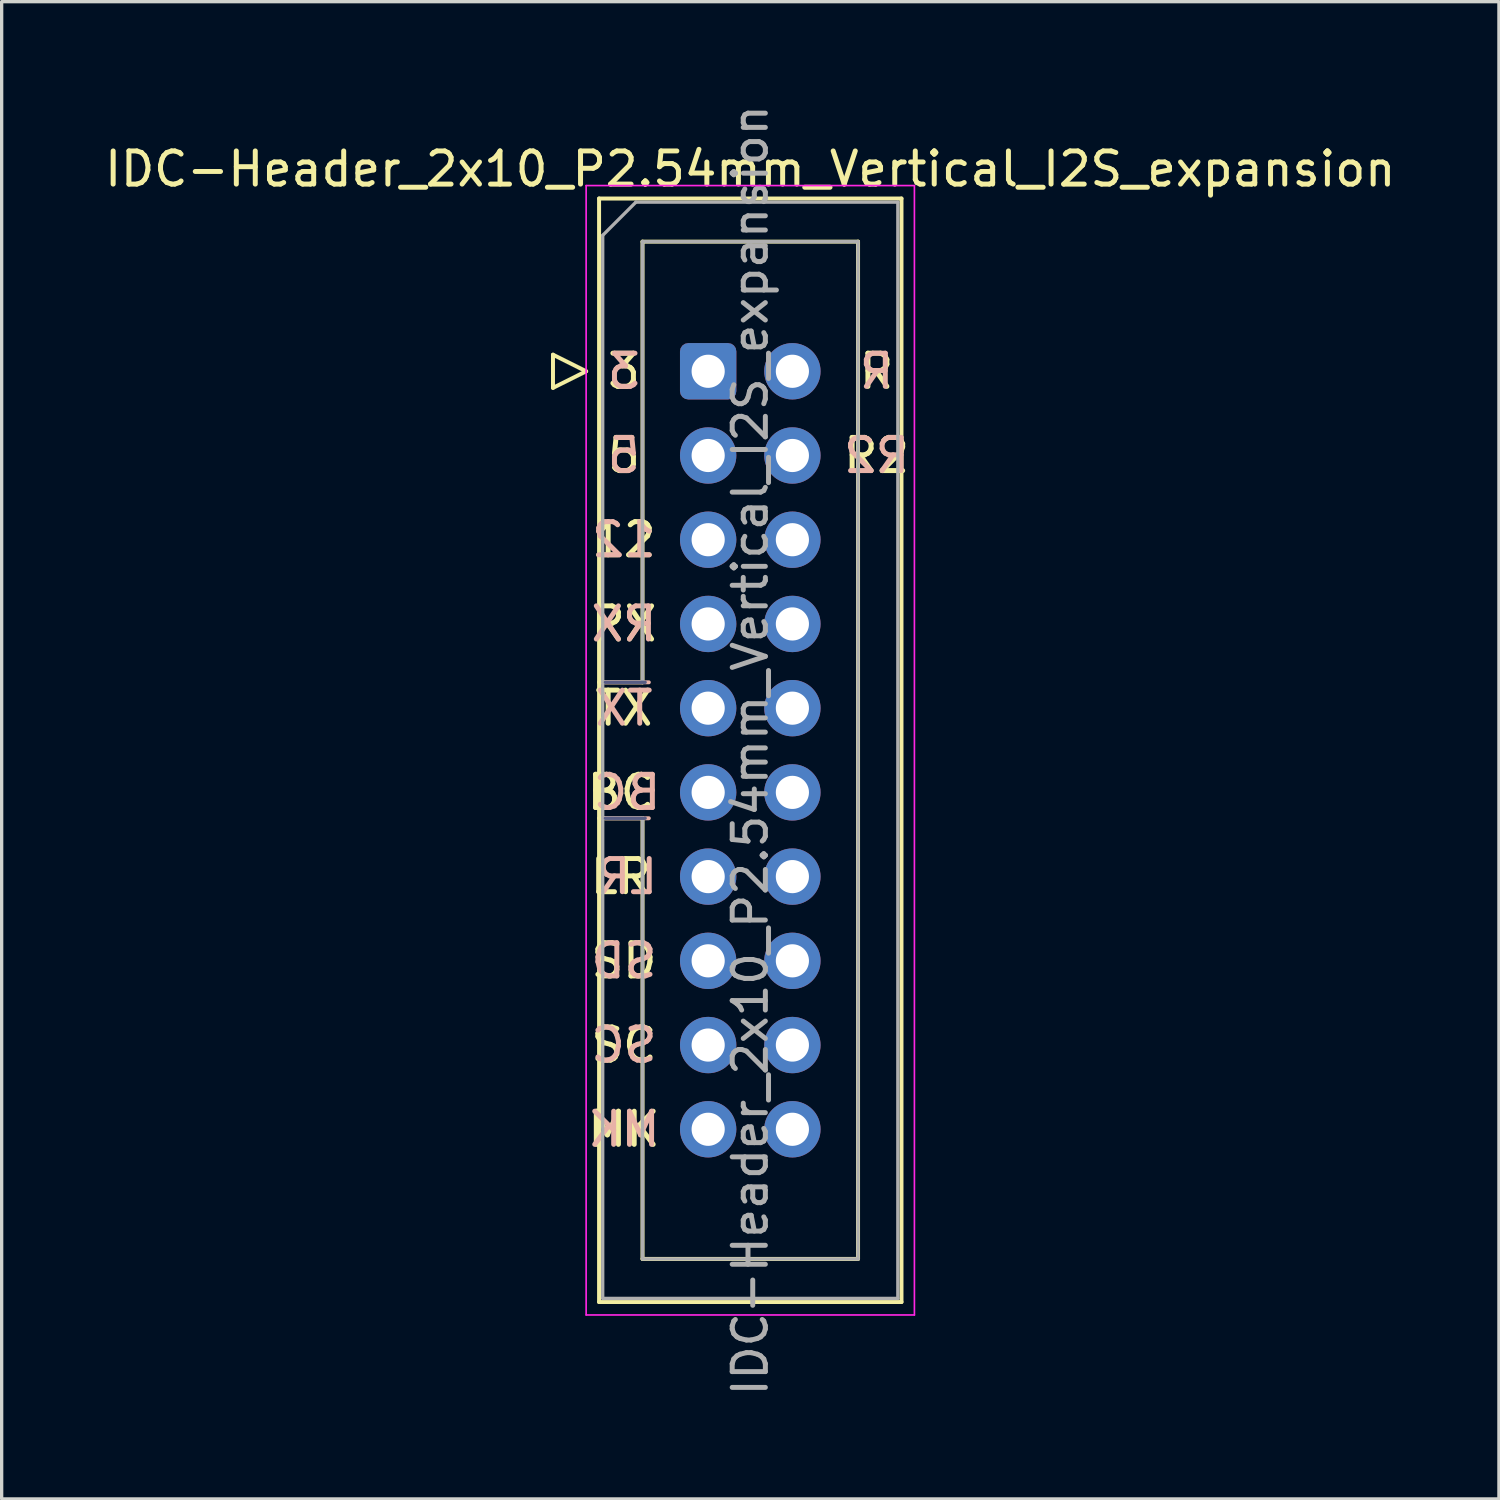
<source format=kicad_pcb>
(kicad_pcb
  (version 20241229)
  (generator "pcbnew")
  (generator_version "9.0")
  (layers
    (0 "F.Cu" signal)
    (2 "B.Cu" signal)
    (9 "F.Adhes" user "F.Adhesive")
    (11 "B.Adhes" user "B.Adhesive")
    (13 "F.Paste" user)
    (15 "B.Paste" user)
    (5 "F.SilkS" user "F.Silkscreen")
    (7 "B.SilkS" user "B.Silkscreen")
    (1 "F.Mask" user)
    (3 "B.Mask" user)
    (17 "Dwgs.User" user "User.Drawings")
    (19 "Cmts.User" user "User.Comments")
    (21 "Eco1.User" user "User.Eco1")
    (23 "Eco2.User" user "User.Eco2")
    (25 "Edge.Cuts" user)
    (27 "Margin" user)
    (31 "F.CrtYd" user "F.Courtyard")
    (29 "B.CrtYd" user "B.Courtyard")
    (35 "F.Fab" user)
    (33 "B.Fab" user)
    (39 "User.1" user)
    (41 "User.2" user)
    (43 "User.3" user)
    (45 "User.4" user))
  (footprint "IDC-Header_2x10_P2.54mm_Vertical_I2S_expansion"
    (layer "F.Cu")
    (at 18.307 8.147)
    (property "Reference" "IDC-Header_2x10_P2.54mm_Vertical_I2S_expansion" (at 1.27 -6.1 0) (layer "F.SilkS") (effects (font (size 1 1) (thickness 0.15))))
    (attr through_hole)
    (fp_line (start -4.68 -0.5) (end -4.68 0.5) (stroke (width 0.12) (type solid)) (layer "F.SilkS"))
    (fp_line (start -4.68 0.5) (end -3.68 0) (stroke (width 0.12) (type solid)) (layer "F.SilkS"))
    (fp_line (start -3.68 0) (end -4.68 -0.5) (stroke (width 0.12) (type solid)) (layer "F.SilkS"))
    (fp_line (start -3.29 -5.21) (end 5.83 -5.21) (stroke (width 0.12) (type solid)) (layer "F.SilkS"))
    (fp_line (start -3.29 9.38) (end -1.98 9.38) (stroke (width 0.12) (type solid)) (layer "F.SilkS"))
    (fp_line (start -3.29 28.07) (end -3.29 -5.21) (stroke (width 0.12) (type solid)) (layer "F.SilkS"))
    (fp_line (start -1.98 -3.91) (end 4.52 -3.91) (stroke (width 0.12) (type solid)) (layer "F.SilkS"))
    (fp_line (start -1.98 9.38) (end -1.98 -3.91) (stroke (width 0.12) (type solid)) (layer "F.SilkS"))
    (fp_line (start -1.98 13.48) (end -3.29 13.48) (stroke (width 0.12) (type solid)) (layer "F.SilkS"))
    (fp_line (start -1.98 13.48) (end -1.98 13.48) (stroke (width 0.12) (type solid)) (layer "F.SilkS"))
    (fp_line (start -1.98 26.77) (end -1.98 13.48) (stroke (width 0.12) (type solid)) (layer "F.SilkS"))
    (fp_line (start 4.52 -3.91) (end 4.52 26.77) (stroke (width 0.12) (type solid)) (layer "F.SilkS"))
    (fp_line (start 4.52 26.77) (end -1.98 26.77) (stroke (width 0.12) (type solid)) (layer "F.SilkS"))
    (fp_line (start 5.83 -5.21) (end 5.83 28.07) (stroke (width 0.12) (type solid)) (layer "F.SilkS"))
    (fp_line (start 5.83 28.07) (end -3.29 28.07) (stroke (width 0.12) (type solid)) (layer "F.SilkS"))
    (fp_line (start -3.1 13.48) (end -1.79 13.48) (stroke (width 0.12) (type solid)) (layer "B.SilkS"))
    (fp_line (start -1.79 9.38) (end -3.1 9.38) (stroke (width 0.12) (type solid)) (layer "B.SilkS"))
    (fp_line (start -3.68 -5.6) (end -3.68 28.46) (stroke (width 0.05) (type solid)) (layer "F.CrtYd"))
    (fp_line (start -3.68 28.46) (end 6.22 28.46) (stroke (width 0.05) (type solid)) (layer "F.CrtYd"))
    (fp_line (start 6.22 -5.6) (end -3.68 -5.6) (stroke (width 0.05) (type solid)) (layer "F.CrtYd"))
    (fp_line (start 6.22 28.46) (end 6.22 -5.6) (stroke (width 0.05) (type solid)) (layer "F.CrtYd"))
    (fp_line (start -3.1 13.48) (end -1.9 13.48) (stroke (width 0.1) (type solid)) (layer "B.Fab"))
    (fp_line (start -1.9 9.38) (end -3.1 9.38) (stroke (width 0.1) (type solid)) (layer "B.Fab"))
    (fp_line (start -3.18 -4.1) (end -2.18 -5.1) (stroke (width 0.1) (type solid)) (layer "F.Fab"))
    (fp_line (start -3.18 9.38) (end -1.98 9.38) (stroke (width 0.1) (type solid)) (layer "F.Fab"))
    (fp_line (start -3.18 27.96) (end -3.18 -4.1) (stroke (width 0.1) (type solid)) (layer "F.Fab"))
    (fp_line (start -2.18 -5.1) (end 5.72 -5.1) (stroke (width 0.1) (type solid)) (layer "F.Fab"))
    (fp_line (start -1.98 -3.91) (end 4.52 -3.91) (stroke (width 0.1) (type solid)) (layer "F.Fab"))
    (fp_line (start -1.98 9.38) (end -1.98 -3.91) (stroke (width 0.1) (type solid)) (layer "F.Fab"))
    (fp_line (start -1.98 13.48) (end -3.18 13.48) (stroke (width 0.1) (type solid)) (layer "F.Fab"))
    (fp_line (start -1.98 13.48) (end -1.98 13.48) (stroke (width 0.1) (type solid)) (layer "F.Fab"))
    (fp_line (start -1.98 26.77) (end -1.98 13.48) (stroke (width 0.1) (type solid)) (layer "F.Fab"))
    (fp_line (start 4.52 -3.91) (end 4.52 26.77) (stroke (width 0.1) (type solid)) (layer "F.Fab"))
    (fp_line (start 4.52 26.77) (end -1.98 26.77) (stroke (width 0.1) (type solid)) (layer "F.Fab"))
    (fp_line (start 5.72 -5.1) (end 5.72 27.96) (stroke (width 0.1) (type solid)) (layer "F.Fab"))
    (fp_line (start 5.72 27.96) (end -3.18 27.96) (stroke (width 0.1) (type solid)) (layer "F.Fab"))
    (fp_text user "5" (at -2.54 2.54 0) (unlocked yes) (layer "F.SilkS") (effects (font (size 1 1) (thickness 0.15))))
    (fp_text user "BC" (at -2.635 12.7 0) (unlocked yes) (layer "F.SilkS") (effects (font (size 1 1) (thickness 0.15))))
    (fp_text user "RX" (at -2.54 7.62 0) (unlocked yes) (layer "F.SilkS") (effects (font (size 1 1) (thickness 0.15))))
    (fp_text user "TX" (at -2.54 10.16 0) (unlocked yes) (layer "F.SilkS") (effects (font (size 1 1) (thickness 0.15))))
    (fp_text user "3" (at -2.54 0 0) (unlocked yes) (layer "F.SilkS") (effects (font (size 1 1) (thickness 0.15))))
    (fp_text user "LR" (at -2.635 15.24 0) (unlocked yes) (layer "F.SilkS") (effects (font (size 1 1) (thickness 0.15))))
    (fp_text user "R2" (at 5.08 2.54 0) (unlocked yes) (layer "F.SilkS") (effects (font (size 1 1) (thickness 0.15))))
    (fp_text user "MK" (at -2.54 22.86 0) (unlocked yes) (layer "F.SilkS") (effects (font (size 1 1) (thickness 0.15))))
    (fp_text user "SC" (at -2.54 20.32 0) (unlocked yes) (layer "F.SilkS") (effects (font (size 1 1) (thickness 0.15))))
    (fp_text user "R" (at 5.08 0 0) (unlocked yes) (layer "F.SilkS") (effects (font (size 1 1) (thickness 0.15))))
    (fp_text user "SD" (at -2.54 17.78 0) (unlocked yes) (layer "F.SilkS") (effects (font (size 1 1) (thickness 0.15))))
    (fp_text user "12" (at -2.54 5.08 0) (unlocked yes) (layer "F.SilkS") (effects (font (size 1 1) (thickness 0.15))))
    (fp_text user "5" (at -2.54 2.54 0) (unlocked yes) (layer "B.SilkS") (effects (font (size 1 1) (thickness 0.15)) (justify mirror)))
    (fp_text user "RX" (at -2.54 7.62 0) (unlocked yes) (layer "B.SilkS") (effects (font (size 1 1) (thickness 0.15)) (justify mirror)))
    (fp_text user "BC" (at -2.445 12.7 0) (unlocked yes) (layer "B.SilkS") (effects (font (size 1 1) (thickness 0.15)) (justify mirror)))
    (fp_text user "3" (at -2.54 0 0) (unlocked yes) (layer "B.SilkS") (effects (font (size 1 1) (thickness 0.15)) (justify mirror)))
    (fp_text user "TX" (at -2.54 10.16 0) (unlocked yes) (layer "B.SilkS") (effects (font (size 1 1) (thickness 0.15)) (justify mirror)))
    (fp_text user "R" (at 5.08 0 0) (unlocked yes) (layer "B.SilkS") (effects (font (size 1 1) (thickness 0.15)) (justify mirror)))
    (fp_text user "R2" (at 5.08 2.54 0) (unlocked yes) (layer "B.SilkS") (effects (font (size 1 1) (thickness 0.15)) (justify mirror)))
    (fp_text user "MK" (at -2.54 22.86 0) (unlocked yes) (layer "B.SilkS") (effects (font (size 1 1) (thickness 0.15)) (justify mirror)))
    (fp_text user "SD" (at -2.54 17.78 0) (unlocked yes) (layer "B.SilkS") (effects (font (size 1 1) (thickness 0.15)) (justify mirror)))
    (fp_text user "LR" (at -2.445 15.24 0) (unlocked yes) (layer "B.SilkS") (effects (font (size 1 1) (thickness 0.15)) (justify mirror)))
    (fp_text user "12" (at -2.54 5.08 0) (unlocked yes) (layer "B.SilkS") (effects (font (size 1 1) (thickness 0.15)) (justify mirror)))
    (fp_text user "SC" (at -2.54 20.32 0) (unlocked yes) (layer "B.SilkS") (effects (font (size 1 1) (thickness 0.15)) (justify mirror)))
    (fp_text user "${REFERENCE}" (at 1.27 11.43 90) (layer "F.Fab") (effects (font (size 1 1) (thickness 0.15))))
    (pad "1" thru_hole roundrect (at 0 0) (size 1.7 1.7) (drill 1) (layers "*.Cu" "*.Mask") (roundrect_rratio 0.147))
    (pad "2" thru_hole circle (at 2.54 0) (size 1.7 1.7) (drill 1) (layers "*.Cu" "*.Mask"))
    (pad "3" thru_hole circle (at 0 2.54) (size 1.7 1.7) (drill 1) (layers "*.Cu" "*.Mask"))
    (pad "4" thru_hole circle (at 2.54 2.54) (size 1.7 1.7) (drill 1) (layers "*.Cu" "*.Mask"))
    (pad "5" thru_hole circle (at 0 5.08) (size 1.7 1.7) (drill 1) (layers "*.Cu" "*.Mask"))
    (pad "6" thru_hole circle (at 2.54 5.08) (size 1.7 1.7) (drill 1) (layers "*.Cu" "*.Mask"))
    (pad "7" thru_hole circle (at 0 7.62) (size 1.7 1.7) (drill 1) (layers "*.Cu" "*.Mask"))
    (pad "8" thru_hole circle (at 2.54 7.62) (size 1.7 1.7) (drill 1) (layers "*.Cu" "*.Mask"))
    (pad "9" thru_hole circle (at 0 10.16) (size 1.7 1.7) (drill 1) (layers "*.Cu" "*.Mask"))
    (pad "10" thru_hole circle (at 2.54 10.16) (size 1.7 1.7) (drill 1) (layers "*.Cu" "*.Mask"))
    (pad "11" thru_hole circle (at 0 12.7) (size 1.7 1.7) (drill 1) (layers "*.Cu" "*.Mask"))
    (pad "12" thru_hole circle (at 2.54 12.7) (size 1.7 1.7) (drill 1) (layers "*.Cu" "*.Mask"))
    (pad "13" thru_hole circle (at 0 15.24) (size 1.7 1.7) (drill 1) (layers "*.Cu" "*.Mask"))
    (pad "14" thru_hole circle (at 2.54 15.24) (size 1.7 1.7) (drill 1) (layers "*.Cu" "*.Mask"))
    (pad "15" thru_hole circle (at 0 17.78) (size 1.7 1.7) (drill 1) (layers "*.Cu" "*.Mask"))
    (pad "16" thru_hole circle (at 2.54 17.78) (size 1.7 1.7) (drill 1) (layers "*.Cu" "*.Mask"))
    (pad "17" thru_hole circle (at 0 20.32) (size 1.7 1.7) (drill 1) (layers "*.Cu" "*.Mask"))
    (pad "18" thru_hole circle (at 2.54 20.32) (size 1.7 1.7) (drill 1) (layers "*.Cu" "*.Mask"))
    (pad "19" thru_hole circle (at 0 22.86) (size 1.7 1.7) (drill 1) (layers "*.Cu" "*.Mask"))
    (pad "20" thru_hole circle (at 2.54 22.86) (size 1.7 1.7) (drill 1) (layers "*.Cu" "*.Mask")))
  (gr_rect
    (start -3 -3)
    (end 42.155 42.155)
    (stroke (width 0.1) (type default))
    (fill no)
    (layer "Edge.Cuts")))
</source>
